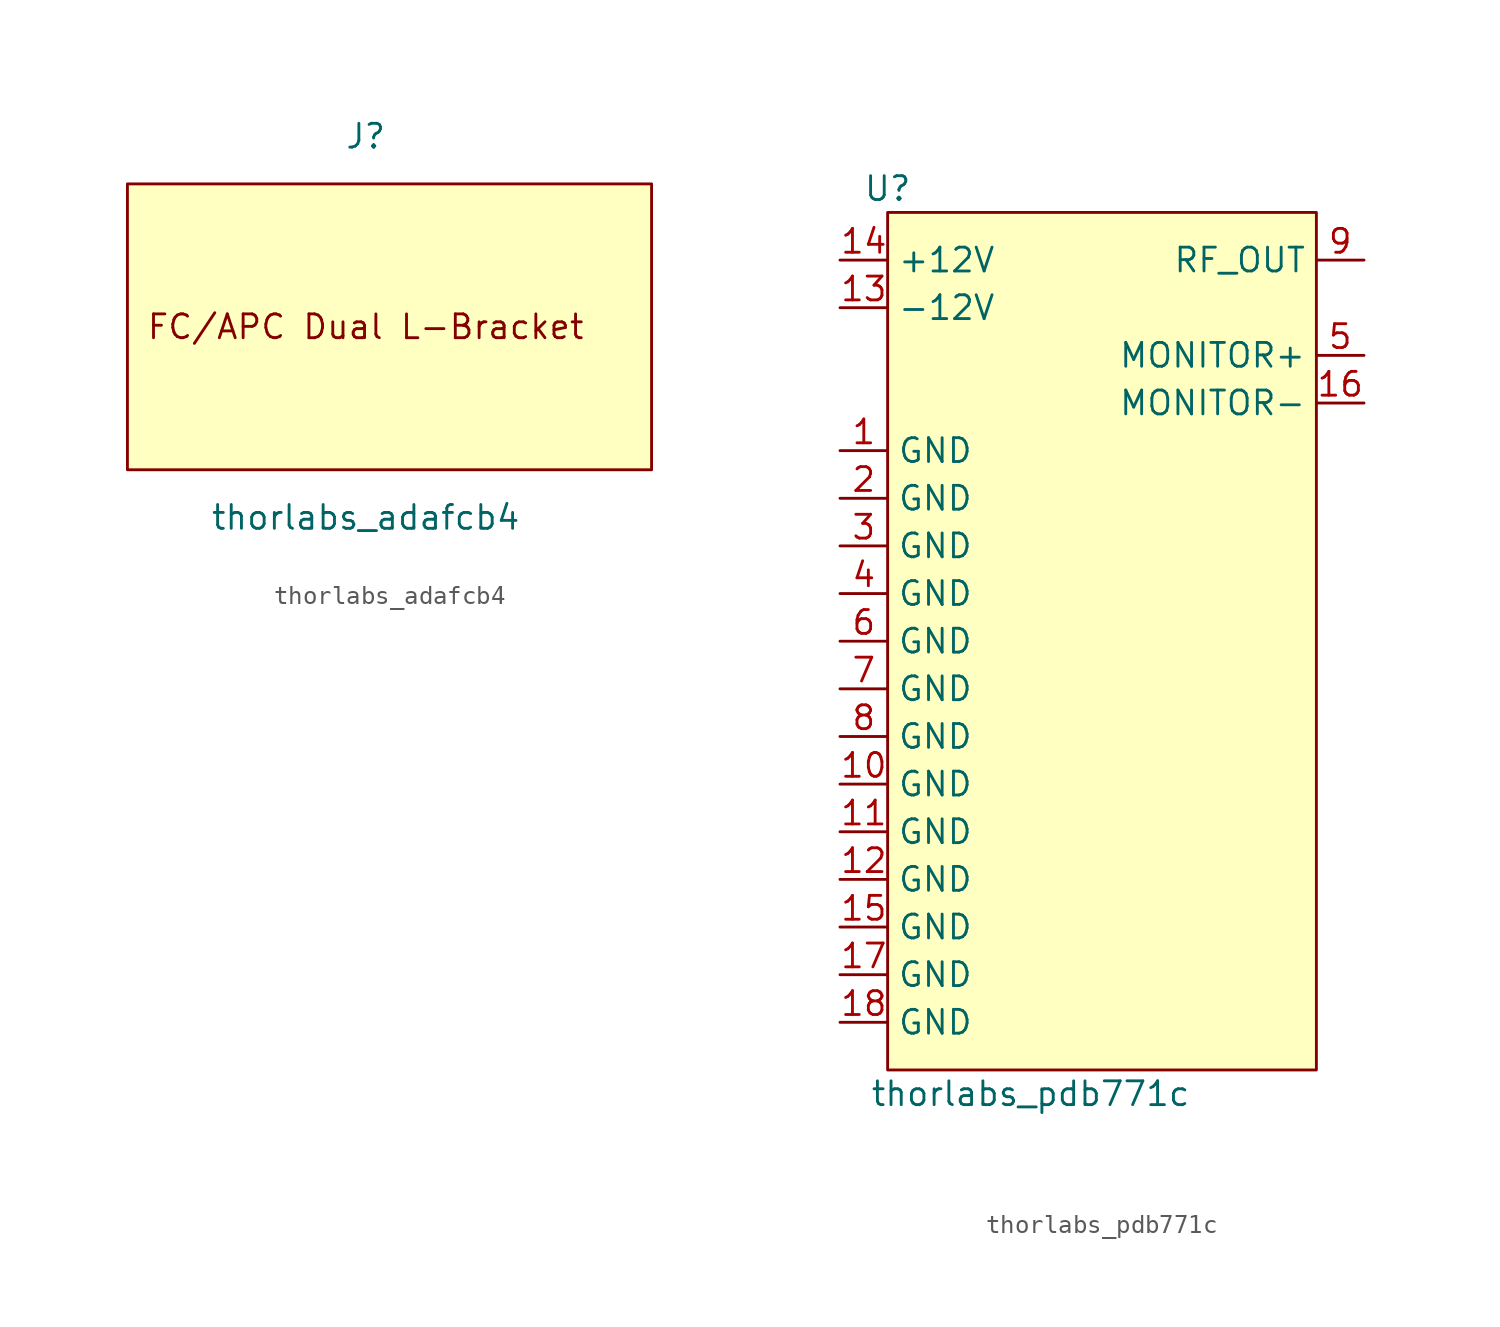
<source format=kicad_sym>
(kicad_symbol_lib
  (version 20211014)
  (generator kicad_symbol_editor)
  (symbol "thorlabs_adafcb4"
    (property "Reference" "J"
      (at 0 10.16 0)
      (effects (font (size 1.27 1.27))))
    (property "Value" "thorlabs_adafcb4"
      (at 0 -10.16 0)
      (effects (font (size 1.27 1.27))))
    (symbol "thorlabs_adafcb4_0_0"
      (text "FC/APC Dual L-Bracket" (at 0 0 0) (effects (font (size 1.27 1.27)))))
    (symbol "thorlabs_adafcb4_0_1"
      (rectangle (start -12.7 7.62) (end 15.24 -7.62) (stroke (width 0) (type default) (color 0 0 0 0)) (fill (type background)))))
  (symbol "thorlabs_pdb771c"
    (property "Reference" "U"
      (at -10.16 24.13 0)
      (effects (font (size 1.27 1.27))))
    (property "Value" "thorlabs_pdb771c"
      (at -2.54 -24.13 0)
      (effects (font (size 1.27 1.27))))
    (symbol "thorlabs_pdb771c_0_1"
      (rectangle (start -10.16 22.86) (end 12.7 -22.86) (stroke (width 0) (type default) (color 0 0 0 0)) (fill (type background))))
    (symbol "thorlabs_pdb771c_1_1"
      (pin input line (at -12.7 10.16 0) (length 2.54) (name "GND" (effects (font (size 1.27 1.27)))) (number "1" (effects (font (size 1.27 1.27)))))
      (pin input line (at -12.7 -7.62 0) (length 2.54) (name "GND" (effects (font (size 1.27 1.27)))) (number "10" (effects (font (size 1.27 1.27)))))
      (pin input line (at -12.7 -10.16 0) (length 2.54) (name "GND" (effects (font (size 1.27 1.27)))) (number "11" (effects (font (size 1.27 1.27)))))
      (pin input line (at -12.7 -12.7 0) (length 2.54) (name "GND" (effects (font (size 1.27 1.27)))) (number "12" (effects (font (size 1.27 1.27)))))
      (pin input line (at -12.7 17.78 0) (length 2.54) (name "-12V" (effects (font (size 1.27 1.27)))) (number "13" (effects (font (size 1.27 1.27)))))
      (pin input line (at -12.7 20.32 0) (length 2.54) (name "+12V" (effects (font (size 1.27 1.27)))) (number "14" (effects (font (size 1.27 1.27)))))
      (pin input line (at -12.7 -15.24 0) (length 2.54) (name "GND" (effects (font (size 1.27 1.27)))) (number "15" (effects (font (size 1.27 1.27)))))
      (pin output line (at 15.24 12.7 180) (length 2.54) (name "MONITOR-" (effects (font (size 1.27 1.27)))) (number "16" (effects (font (size 1.27 1.27)))))
      (pin input line (at -12.7 -17.78 0) (length 2.54) (name "GND" (effects (font (size 1.27 1.27)))) (number "17" (effects (font (size 1.27 1.27)))))
      (pin input line (at -12.7 -20.32 0) (length 2.54) (name "GND" (effects (font (size 1.27 1.27)))) (number "18" (effects (font (size 1.27 1.27)))))
      (pin input line (at -12.7 7.62 0) (length 2.54) (name "GND" (effects (font (size 1.27 1.27)))) (number "2" (effects (font (size 1.27 1.27)))))
      (pin input line (at -12.7 5.08 0) (length 2.54) (name "GND" (effects (font (size 1.27 1.27)))) (number "3" (effects (font (size 1.27 1.27)))))
      (pin input line (at -12.7 2.54 0) (length 2.54) (name "GND" (effects (font (size 1.27 1.27)))) (number "4" (effects (font (size 1.27 1.27)))))
      (pin output line (at 15.24 15.24 180) (length 2.54) (name "MONITOR+" (effects (font (size 1.27 1.27)))) (number "5" (effects (font (size 1.27 1.27)))))
      (pin input line (at -12.7 0 0) (length 2.54) (name "GND" (effects (font (size 1.27 1.27)))) (number "6" (effects (font (size 1.27 1.27)))))
      (pin input line (at -12.7 -2.54 0) (length 2.54) (name "GND" (effects (font (size 1.27 1.27)))) (number "7" (effects (font (size 1.27 1.27)))))
      (pin input line (at -12.7 -5.08 0) (length 2.54) (name "GND" (effects (font (size 1.27 1.27)))) (number "8" (effects (font (size 1.27 1.27)))))
      (pin output line (at 15.24 20.32 180) (length 2.54) (name "RF_OUT" (effects (font (size 1.27 1.27)))) (number "9" (effects (font (size 1.27 1.27))))))))
</source>
